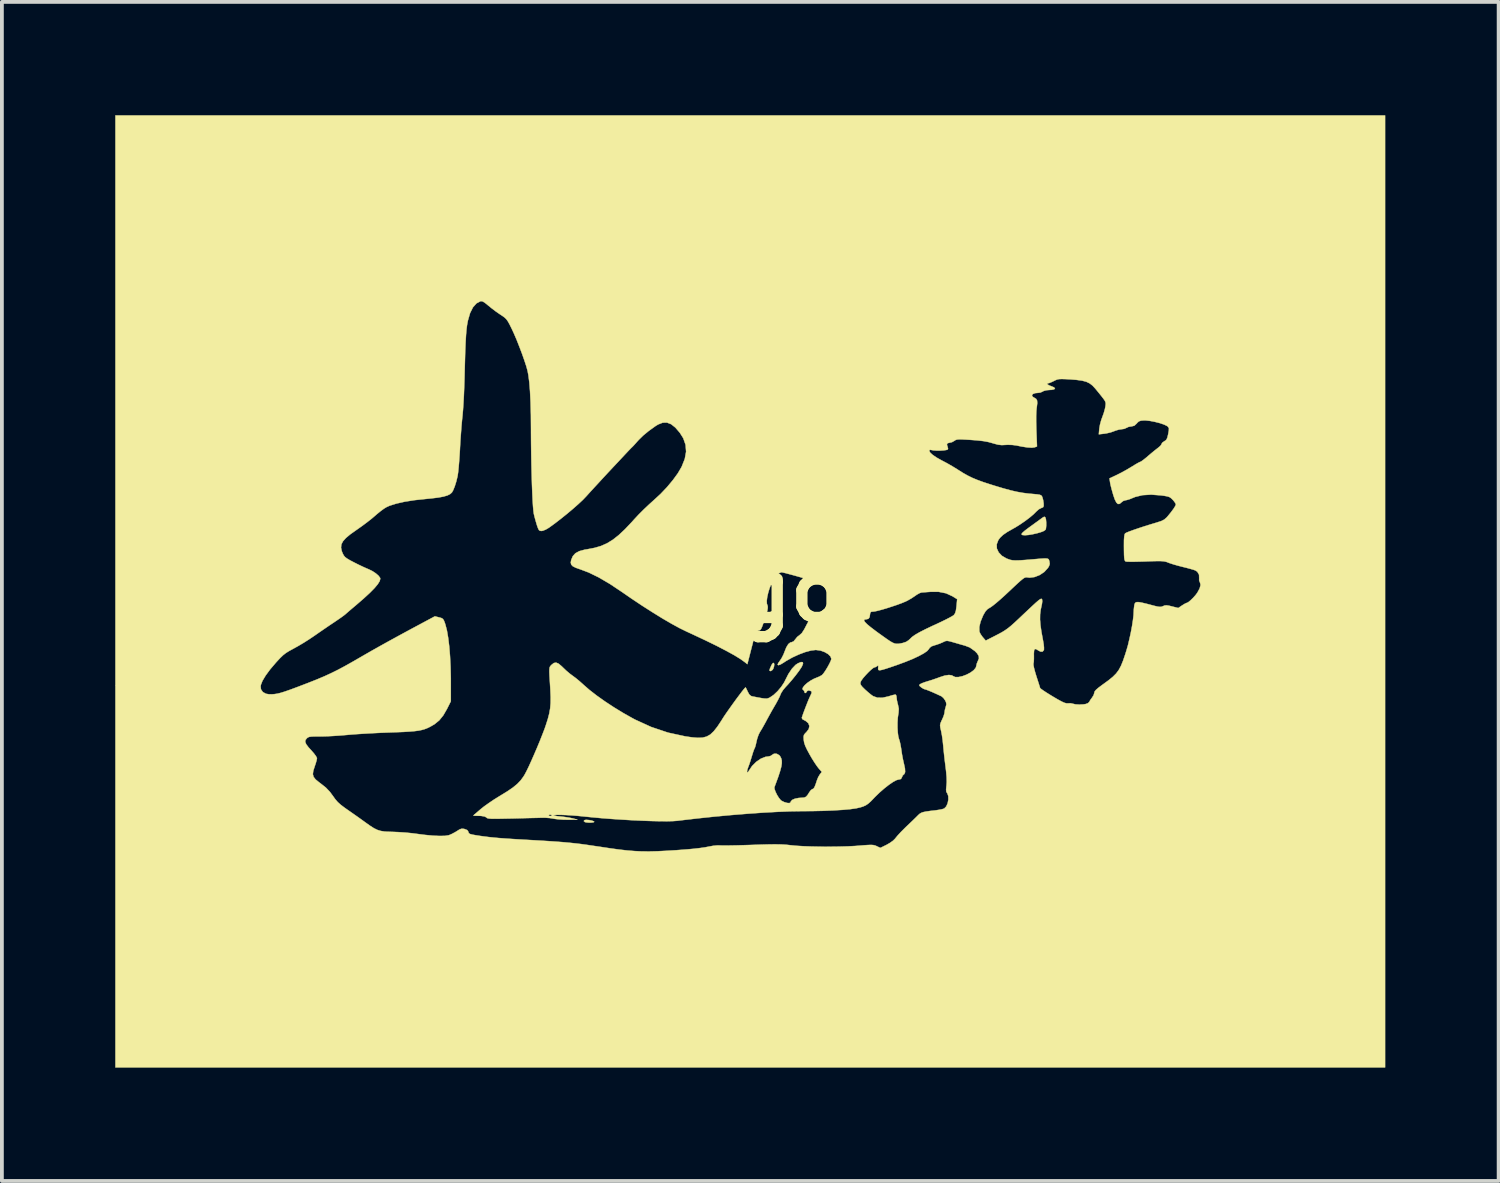
<source format=kicad_pcb>
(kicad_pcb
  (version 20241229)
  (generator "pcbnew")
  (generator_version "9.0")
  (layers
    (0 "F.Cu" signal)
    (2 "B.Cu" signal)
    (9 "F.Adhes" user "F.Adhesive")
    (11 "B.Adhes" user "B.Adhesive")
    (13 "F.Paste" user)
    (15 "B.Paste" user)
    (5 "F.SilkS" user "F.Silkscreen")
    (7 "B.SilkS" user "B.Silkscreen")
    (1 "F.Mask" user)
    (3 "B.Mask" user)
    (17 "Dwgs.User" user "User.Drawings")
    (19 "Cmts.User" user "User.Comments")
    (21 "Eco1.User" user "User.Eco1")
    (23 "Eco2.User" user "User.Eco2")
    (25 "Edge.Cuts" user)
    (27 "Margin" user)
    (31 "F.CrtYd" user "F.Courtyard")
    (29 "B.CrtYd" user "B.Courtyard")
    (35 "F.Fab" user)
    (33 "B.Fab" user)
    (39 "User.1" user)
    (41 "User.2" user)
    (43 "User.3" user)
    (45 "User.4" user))
  (footprint "logo"
    (layer "F.Cu")
    (at 16.794 12.603)
    (property "Reference" "logo" (at 0 0 0) (layer "F.SilkS") (effects (font (size 1.524 1.524) (thickness 0.3))))
    (attr through_hole)
    (fp_poly (pts (xy -4.254 6.051) (xy -4.181 6.065) (xy -4.129 6.084) (xy -4.115 6.099) (xy -4.137 6.111) (xy -4.192 6.118) (xy -4.261 6.119) (xy -4.326 6.113) (xy -4.362 6.105) (xy -4.393 6.079) (xy -4.38 6.055) (xy -4.334 6.045) (xy -4.254 6.051)) (stroke (width 0.01) (type solid)) (fill yes) (layer "F.SilkS"))
    (fp_poly (pts (xy 0.648 1.926) (xy 0.642 1.984) (xy 0.622 2.045) (xy 0.603 2.076) (xy 0.561 2.105) (xy 0.544 2.108) (xy 0.522 2.097) (xy 0.529 2.056) (xy 0.534 2.043) (xy 0.577 1.945) (xy 0.612 1.896) (xy 0.636 1.893) (xy 0.648 1.926)) (stroke (width 0.01) (type solid)) (fill yes) (layer "F.SilkS"))
    (fp_poly (pts (xy 7.817 -1.965) (xy 7.825 -1.954) (xy 7.839 -1.905) (xy 7.846 -1.827) (xy 7.846 -1.741) (xy 7.839 -1.667) (xy 7.828 -1.633) (xy 7.787 -1.602) (xy 7.708 -1.57) (xy 7.606 -1.54) (xy 7.492 -1.514) (xy 7.382 -1.495) (xy 7.287 -1.487) (xy 7.221 -1.492) (xy 7.217 -1.493) (xy 7.195 -1.506) (xy 7.196 -1.526) (xy 7.223 -1.559) (xy 7.281 -1.609) (xy 7.375 -1.68) (xy 7.445 -1.731) (xy 7.548 -1.806) (xy 7.641 -1.873) (xy 7.712 -1.925) (xy 7.752 -1.954) (xy 7.752 -1.954) (xy 7.793 -1.977) (xy 7.817 -1.965)) (stroke (width 0.01) (type solid)) (fill yes) (layer "F.SilkS"))
    (fp_poly (pts (xy 16.815 12.598) (xy -16.789 12.598) (xy -16.789 2.499) (xy -12.946 2.499) (xy -12.938 2.59) (xy -12.888 2.663) (xy -12.805 2.709) (xy -12.733 2.721) (xy -12.654 2.723) (xy -12.58 2.718) (xy -12.502 2.706) (xy -12.413 2.684) (xy -12.304 2.65) (xy -12.166 2.602) (xy -11.991 2.537) (xy -11.951 2.522) (xy -11.685 2.42) (xy -11.457 2.33) (xy -11.256 2.245) (xy -11.074 2.161) (xy -10.898 2.074) (xy -10.72 1.979) (xy -10.528 1.871) (xy -10.477 1.842) (xy -10.23 1.699) (xy -10.009 1.572) (xy -9.803 1.456) (xy -9.6 1.343) (xy -9.387 1.226) (xy -9.152 1.098) (xy -8.911 0.968) (xy -8.334 0.659) (xy -8.222 0.687) (xy -8.162 0.704) (xy -8.123 0.727) (xy -8.096 0.767) (xy -8.069 0.837) (xy -8.054 0.885) (xy -8.015 1.035) (xy -7.982 1.229) (xy -7.954 1.458) (xy -7.933 1.717) (xy -7.919 1.997) (xy -7.912 2.291) (xy -7.912 2.362) (xy -7.912 2.908) (xy -8.014 3.111) (xy -8.112 3.281) (xy -8.218 3.412) (xy -8.344 3.515) (xy -8.458 3.581) (xy -8.53 3.616) (xy -8.601 3.644) (xy -8.677 3.666) (xy -8.765 3.684) (xy -8.872 3.698) (xy -9.004 3.709) (xy -9.168 3.719) (xy -9.372 3.727) (xy -9.563 3.734) (xy -9.774 3.742) (xy -9.994 3.753) (xy -10.212 3.765) (xy -10.412 3.778) (xy -10.583 3.791) (xy -10.668 3.799) (xy -10.838 3.813) (xy -11.018 3.825) (xy -11.189 3.834) (xy -11.335 3.838) (xy -11.378 3.838) (xy -11.506 3.838) (xy -11.593 3.841) (xy -11.651 3.848) (xy -11.69 3.862) (xy -11.72 3.884) (xy -11.724 3.888) (xy -11.759 3.934) (xy -11.766 3.983) (xy -11.74 4.045) (xy -11.68 4.125) (xy -11.604 4.208) (xy -11.536 4.286) (xy -11.484 4.356) (xy -11.457 4.406) (xy -11.455 4.416) (xy -11.464 4.466) (xy -11.486 4.545) (xy -11.516 4.634) (xy -11.553 4.749) (xy -11.564 4.837) (xy -11.545 4.908) (xy -11.492 4.976) (xy -11.401 5.051) (xy -11.354 5.086) (xy -11.22 5.192) (xy -11.112 5.306) (xy -11.035 5.41) (xy -10.97 5.501) (xy -10.906 5.575) (xy -10.83 5.644) (xy -10.73 5.72) (xy -10.648 5.778) (xy -10.522 5.866) (xy -10.386 5.961) (xy -10.26 6.051) (xy -10.187 6.104) (xy -10.054 6.199) (xy -9.948 6.267) (xy -9.856 6.312) (xy -9.764 6.34) (xy -9.659 6.356) (xy -9.527 6.362) (xy -9.449 6.364) (xy -9.288 6.371) (xy -9.108 6.383) (xy -8.937 6.4) (xy -8.839 6.413) (xy -8.599 6.444) (xy -8.387 6.464) (xy -8.207 6.472) (xy -8.065 6.469) (xy -7.967 6.453) (xy -7.96 6.451) (xy -7.879 6.416) (xy -7.787 6.366) (xy -7.75 6.343) (xy -7.678 6.298) (xy -7.625 6.28) (xy -7.569 6.284) (xy -7.547 6.289) (xy -7.477 6.317) (xy -7.448 6.36) (xy -7.447 6.367) (xy -7.436 6.398) (xy -7.404 6.42) (xy -7.342 6.437) (xy -7.269 6.45) (xy -7.144 6.47) (xy -7.026 6.486) (xy -6.908 6.501) (xy -6.782 6.514) (xy -6.642 6.527) (xy -6.479 6.539) (xy -6.287 6.552) (xy -6.057 6.566) (xy -5.845 6.578) (xy -5.562 6.594) (xy -5.322 6.609) (xy -5.115 6.623) (xy -4.935 6.637) (xy -4.772 6.652) (xy -4.619 6.668) (xy -4.467 6.686) (xy -4.308 6.708) (xy -4.133 6.734) (xy -3.975 6.757) (xy -3.697 6.799) (xy -3.457 6.832) (xy -3.244 6.856) (xy -3.048 6.872) (xy -2.856 6.881) (xy -2.66 6.882) (xy -2.447 6.877) (xy -2.207 6.865) (xy -1.93 6.848) (xy -1.88 6.844) (xy -1.679 6.829) (xy -1.49 6.812) (xy -1.324 6.793) (xy -1.19 6.774) (xy -1.105 6.758) (xy -0.972 6.733) (xy -0.854 6.721) (xy -0.787 6.723) (xy -0.733 6.725) (xy -0.635 6.726) (xy -0.502 6.724) (xy -0.341 6.721) (xy -0.16 6.716) (xy 0.034 6.71) (xy 0.064 6.709) (xy 0.298 6.701) (xy 0.489 6.696) (xy 0.645 6.694) (xy 0.773 6.695) (xy 0.882 6.699) (xy 0.979 6.706) (xy 1.067 6.716) (xy 1.217 6.731) (xy 1.407 6.743) (xy 1.627 6.751) (xy 1.864 6.756) (xy 2.109 6.757) (xy 2.351 6.754) (xy 2.578 6.748) (xy 2.78 6.738) (xy 2.883 6.73) (xy 3.031 6.718) (xy 3.139 6.711) (xy 3.215 6.709) (xy 3.27 6.713) (xy 3.313 6.723) (xy 3.353 6.739) (xy 3.36 6.743) (xy 3.456 6.788) (xy 3.619 6.708) (xy 3.711 6.655) (xy 3.792 6.597) (xy 3.841 6.549) (xy 3.909 6.466) (xy 4.002 6.365) (xy 4.125 6.242) (xy 4.229 6.143) (xy 4.312 6.064) (xy 4.391 5.987) (xy 4.449 5.929) (xy 4.455 5.923) (xy 4.493 5.888) (xy 4.534 5.862) (xy 4.588 5.842) (xy 4.665 5.826) (xy 4.775 5.81) (xy 4.902 5.796) (xy 5.003 5.781) (xy 5.09 5.764) (xy 5.145 5.747) (xy 5.147 5.745) (xy 5.199 5.692) (xy 5.237 5.608) (xy 5.256 5.51) (xy 5.254 5.416) (xy 5.228 5.344) (xy 5.221 5.336) (xy 5.201 5.299) (xy 5.196 5.243) (xy 5.204 5.154) (xy 5.206 5.143) (xy 5.213 5.043) (xy 5.21 4.918) (xy 5.196 4.757) (xy 5.181 4.636) (xy 5.162 4.483) (xy 5.144 4.326) (xy 5.129 4.182) (xy 5.119 4.07) (xy 5.118 4.064) (xy 5.105 3.938) (xy 5.086 3.806) (xy 5.065 3.697) (xy 5.063 3.688) (xy 5.043 3.6) (xy 5.037 3.54) (xy 5.048 3.488) (xy 5.076 3.422) (xy 5.09 3.394) (xy 5.127 3.31) (xy 5.15 3.235) (xy 5.156 3.2) (xy 5.165 3.134) (xy 5.186 3.058) (xy 5.187 3.055) (xy 5.204 2.989) (xy 5.194 2.932) (xy 5.172 2.885) (xy 5.127 2.821) (xy 5.077 2.777) (xy 5.071 2.774) (xy 4.946 2.716) (xy 4.83 2.664) (xy 4.733 2.624) (xy 4.665 2.598) (xy 4.636 2.591) (xy 4.596 2.576) (xy 4.54 2.54) (xy 4.536 2.537) (xy 4.492 2.499) (xy 4.486 2.476) (xy 4.512 2.452) (xy 4.513 2.452) (xy 4.562 2.428) (xy 4.641 2.399) (xy 4.712 2.377) (xy 4.823 2.343) (xy 4.948 2.3) (xy 5.023 2.272) (xy 5.158 2.228) (xy 5.27 2.211) (xy 5.35 2.222) (xy 5.379 2.24) (xy 5.439 2.267) (xy 5.527 2.266) (xy 5.631 2.243) (xy 5.74 2.202) (xy 5.842 2.148) (xy 5.926 2.086) (xy 5.98 2.022) (xy 5.995 1.973) (xy 6.009 1.909) (xy 6.032 1.854) (xy 6.065 1.776) (xy 6.06 1.708) (xy 6.015 1.637) (xy 5.958 1.579) (xy 5.825 1.484) (xy 5.698 1.435) (xy 5.59 1.405) (xy 5.466 1.369) (xy 5.38 1.344) (xy 5.29 1.319) (xy 5.231 1.308) (xy 5.188 1.311) (xy 5.143 1.329) (xy 5.113 1.344) (xy 5.025 1.382) (xy 4.925 1.416) (xy 4.896 1.424) (xy 4.808 1.454) (xy 4.758 1.496) (xy 4.743 1.521) (xy 4.697 1.575) (xy 4.605 1.639) (xy 4.474 1.71) (xy 4.308 1.788) (xy 4.11 1.868) (xy 3.887 1.95) (xy 3.886 1.95) (xy 3.72 2.007) (xy 3.596 2.048) (xy 3.507 2.074) (xy 3.449 2.086) (xy 3.416 2.084) (xy 3.4 2.07) (xy 3.397 2.044) (xy 3.399 2.019) (xy 3.402 1.97) (xy 3.389 1.963) (xy 3.375 1.975) (xy 3.328 2.003) (xy 3.307 2.007) (xy 3.269 2.025) (xy 3.209 2.073) (xy 3.138 2.141) (xy 3.065 2.218) (xy 2.999 2.294) (xy 2.952 2.359) (xy 2.932 2.399) (xy 2.927 2.439) (xy 2.941 2.478) (xy 2.98 2.527) (xy 3.051 2.597) (xy 3.131 2.668) (xy 3.207 2.731) (xy 3.264 2.772) (xy 3.374 2.811) (xy 3.511 2.814) (xy 3.669 2.779) (xy 3.7 2.769) (xy 3.78 2.745) (xy 3.84 2.732) (xy 3.864 2.733) (xy 3.881 2.766) (xy 3.886 2.815) (xy 3.894 2.881) (xy 3.913 2.967) (xy 3.922 2.999) (xy 3.944 3.106) (xy 3.937 3.213) (xy 3.932 3.241) (xy 3.917 3.346) (xy 3.91 3.473) (xy 3.91 3.606) (xy 3.917 3.732) (xy 3.93 3.835) (xy 3.947 3.899) (xy 3.967 3.96) (xy 3.988 4.053) (xy 4.007 4.162) (xy 4.011 4.191) (xy 4.029 4.313) (xy 4.052 4.436) (xy 4.074 4.536) (xy 4.077 4.547) (xy 4.107 4.684) (xy 4.112 4.78) (xy 4.092 4.833) (xy 4.079 4.841) (xy 4.046 4.875) (xy 4.028 4.917) (xy 4.002 4.964) (xy 3.948 4.978) (xy 3.94 4.978) (xy 3.878 4.996) (xy 3.789 5.045) (xy 3.681 5.119) (xy 3.561 5.213) (xy 3.437 5.321) (xy 3.317 5.437) (xy 3.287 5.469) (xy 3.2 5.559) (xy 3.132 5.619) (xy 3.071 5.66) (xy 3.002 5.691) (xy 2.931 5.714) (xy 2.819 5.74) (xy 2.66 5.763) (xy 2.459 5.781) (xy 2.218 5.796) (xy 1.943 5.807) (xy 1.637 5.814) (xy 1.398 5.815) (xy 1.089 5.82) (xy 0.737 5.834) (xy 0.351 5.855) (xy -0.061 5.884) (xy -0.492 5.919) (xy -0.934 5.96) (xy -1.378 6.007) (xy -1.818 6.058) (xy -1.921 6.071) (xy -2.032 6.079) (xy -2.186 6.083) (xy -2.377 6.082) (xy -2.598 6.077) (xy -2.843 6.068) (xy -3.105 6.056) (xy -3.377 6.04) (xy -3.651 6.022) (xy -3.922 6.001) (xy -4.183 5.977) (xy -4.394 5.956) (xy -4.553 5.94) (xy -4.711 5.928) (xy -4.86 5.919) (xy -4.992 5.914) (xy -5.098 5.913) (xy -5.169 5.917) (xy -5.197 5.925) (xy -5.18 5.933) (xy -5.124 5.944) (xy -5.039 5.954) (xy -5.012 5.956) (xy -4.895 5.97) (xy -4.778 5.988) (xy -4.687 6.007) (xy -4.686 6.007) (xy -4.559 6.041) (xy -4.803 6.043) (xy -4.929 6.041) (xy -5.054 6.033) (xy -5.156 6.021) (xy -5.184 6.016) (xy -5.296 5.998) (xy -5.417 5.989) (xy -5.461 5.989) (xy -5.525 5.99) (xy -5.63 5.993) (xy -5.77 5.996) (xy -5.934 6) (xy -6.115 6.005) (xy -6.269 6.009) (xy -6.473 6.013) (xy -6.632 6.016) (xy -6.752 6.017) (xy -6.838 6.016) (xy -6.898 6.011) (xy -6.935 6.005) (xy -6.958 5.995) (xy -6.967 5.985) (xy -7.014 5.958) (xy -7.106 5.942) (xy -7.157 5.938) (xy -7.316 5.931) (xy -7.303 5.919) (xy -5.322 5.919) (xy -5.314 5.938) (xy -5.285 5.944) (xy -5.243 5.94) (xy -5.232 5.934) (xy -5.252 5.914) (xy -5.292 5.908) (xy -5.322 5.919) (xy -5.322 5.919) (xy -7.303 5.919) (xy -7.126 5.766) (xy -7.032 5.691) (xy -6.907 5.602) (xy -6.768 5.508) (xy -6.628 5.421) (xy -6.598 5.403) (xy -6.414 5.29) (xy -6.268 5.19) (xy -6.154 5.096) (xy -6.063 5.001) (xy -5.988 4.898) (xy -5.959 4.851) (xy -5.912 4.763) (xy -5.851 4.638) (xy -5.781 4.484) (xy -5.705 4.311) (xy -5.627 4.13) (xy -5.553 3.951) (xy -5.486 3.781) (xy -5.429 3.633) (xy -5.399 3.546) (xy -5.345 3.377) (xy -5.307 3.231) (xy -5.283 3.095) (xy -5.271 2.954) (xy -5.27 2.795) (xy -5.278 2.604) (xy -5.282 2.532) (xy -5.293 2.357) (xy -5.301 2.226) (xy -5.305 2.131) (xy -5.304 2.065) (xy -5.299 2.021) (xy -5.288 1.991) (xy -5.272 1.969) (xy -5.25 1.946) (xy -5.246 1.942) (xy -5.186 1.895) (xy -5.126 1.884) (xy -5.06 1.912) (xy -4.979 1.98) (xy -4.944 2.014) (xy -4.857 2.097) (xy -4.76 2.179) (xy -4.686 2.234) (xy -4.606 2.293) (xy -4.509 2.373) (xy -4.412 2.459) (xy -4.394 2.476) (xy -4.24 2.61) (xy -4.049 2.758) (xy -3.83 2.913) (xy -3.593 3.069) (xy -3.347 3.219) (xy -3.102 3.357) (xy -3.035 3.393) (xy -2.608 3.588) (xy -2.164 3.737) (xy -1.708 3.836) (xy -1.53 3.862) (xy -1.376 3.875) (xy -1.25 3.87) (xy -1.142 3.842) (xy -1.045 3.788) (xy -0.953 3.701) (xy -0.856 3.578) (xy -0.748 3.415) (xy -0.725 3.377) (xy -0.675 3.299) (xy -0.608 3.201) (xy -0.529 3.089) (xy -0.445 2.971) (xy -0.36 2.854) (xy -0.279 2.746) (xy -0.209 2.653) (xy -0.154 2.584) (xy -0.12 2.546) (xy -0.112 2.54) (xy -0.098 2.561) (xy -0.072 2.614) (xy -0.055 2.652) (xy -0.013 2.728) (xy 0.033 2.767) (xy 0.067 2.778) (xy 0.213 2.806) (xy 0.317 2.825) (xy 0.39 2.835) (xy 0.442 2.836) (xy 0.48 2.83) (xy 0.514 2.816) (xy 0.534 2.806) (xy 0.632 2.739) (xy 0.736 2.641) (xy 0.833 2.526) (xy 0.91 2.409) (xy 0.933 2.363) (xy 1.022 2.187) (xy 1.117 2.045) (xy 1.213 1.944) (xy 1.275 1.903) (xy 1.356 1.87) (xy 1.402 1.873) (xy 1.41 1.911) (xy 1.381 1.982) (xy 1.369 2.004) (xy 1.304 2.102) (xy 1.214 2.221) (xy 1.113 2.346) (xy 1.011 2.463) (xy 0.95 2.528) (xy 0.885 2.604) (xy 0.833 2.684) (xy 0.814 2.726) (xy 0.788 2.789) (xy 0.742 2.88) (xy 0.686 2.983) (xy 0.659 3.028) (xy 0.588 3.151) (xy 0.513 3.286) (xy 0.446 3.409) (xy 0.434 3.433) (xy 0.378 3.535) (xy 0.323 3.632) (xy 0.279 3.705) (xy 0.271 3.716) (xy 0.233 3.791) (xy 0.198 3.891) (xy 0.179 3.967) (xy 0.16 4.054) (xy 0.141 4.122) (xy 0.127 4.153) (xy 0.111 4.188) (xy 0.086 4.259) (xy 0.058 4.35) (xy 0.052 4.369) (xy 0.02 4.475) (xy -0.013 4.576) (xy -0.041 4.649) (xy -0.042 4.652) (xy -0.065 4.719) (xy -0.072 4.768) (xy -0.064 4.791) (xy -0.044 4.779) (xy -0.026 4.75) (xy 0.061 4.621) (xy 0.171 4.511) (xy 0.293 4.427) (xy 0.417 4.378) (xy 0.491 4.369) (xy 0.552 4.354) (xy 0.584 4.331) (xy 0.643 4.295) (xy 0.714 4.297) (xy 0.78 4.335) (xy 0.803 4.362) (xy 0.831 4.415) (xy 0.847 4.475) (xy 0.848 4.547) (xy 0.834 4.639) (xy 0.803 4.755) (xy 0.755 4.903) (xy 0.687 5.089) (xy 0.652 5.182) (xy 0.655 5.229) (xy 0.681 5.302) (xy 0.722 5.386) (xy 0.771 5.465) (xy 0.82 5.524) (xy 0.838 5.539) (xy 0.91 5.575) (xy 0.987 5.598) (xy 1.047 5.603) (xy 1.076 5.586) (xy 1.085 5.563) (xy 1.12 5.52) (xy 1.195 5.486) (xy 1.297 5.466) (xy 1.377 5.461) (xy 1.441 5.456) (xy 1.488 5.435) (xy 1.531 5.387) (xy 1.576 5.315) (xy 1.616 5.261) (xy 1.654 5.233) (xy 1.66 5.232) (xy 1.686 5.22) (xy 1.713 5.18) (xy 1.744 5.103) (xy 1.778 4.999) (xy 1.811 4.917) (xy 1.853 4.846) (xy 1.857 4.841) (xy 1.907 4.777) (xy 1.822 4.681) (xy 1.775 4.619) (xy 1.712 4.526) (xy 1.643 4.416) (xy 1.588 4.321) (xy 1.516 4.188) (xy 1.468 4.086) (xy 1.44 4.002) (xy 1.428 3.927) (xy 1.424 3.847) (xy 1.435 3.796) (xy 1.468 3.753) (xy 1.496 3.727) (xy 1.56 3.645) (xy 1.578 3.562) (xy 1.549 3.486) (xy 1.476 3.425) (xy 1.454 3.415) (xy 1.395 3.383) (xy 1.377 3.348) (xy 1.38 3.334) (xy 1.414 3.233) (xy 1.459 3.113) (xy 1.507 2.989) (xy 1.552 2.876) (xy 1.59 2.79) (xy 1.602 2.766) (xy 1.633 2.698) (xy 1.638 2.659) (xy 1.622 2.639) (xy 1.56 2.618) (xy 1.517 2.638) (xy 1.508 2.654) (xy 1.482 2.688) (xy 1.456 2.685) (xy 1.448 2.656) (xy 1.429 2.617) (xy 1.416 2.61) (xy 1.394 2.584) (xy 1.409 2.54) (xy 1.453 2.484) (xy 1.521 2.423) (xy 1.605 2.364) (xy 1.697 2.313) (xy 1.769 2.283) (xy 1.845 2.252) (xy 1.906 2.217) (xy 1.914 2.211) (xy 1.954 2.166) (xy 2.005 2.092) (xy 2.059 2.003) (xy 2.108 1.913) (xy 2.144 1.837) (xy 2.159 1.787) (xy 2.159 1.784) (xy 2.136 1.72) (xy 2.073 1.658) (xy 1.982 1.605) (xy 1.874 1.566) (xy 1.76 1.55) (xy 1.745 1.549) (xy 1.621 1.564) (xy 1.468 1.605) (xy 1.3 1.668) (xy 1.128 1.747) (xy 0.965 1.839) (xy 0.895 1.885) (xy 0.811 1.935) (xy 0.757 1.953) (xy 0.737 1.94) (xy 0.753 1.897) (xy 0.788 1.849) (xy 0.842 1.768) (xy 0.893 1.668) (xy 0.913 1.616) (xy 0.967 1.481) (xy 1.02 1.394) (xy 1.074 1.351) (xy 1.102 1.346) (xy 1.159 1.323) (xy 1.203 1.27) (xy 1.255 1.205) (xy 1.317 1.157) (xy 1.378 1.103) (xy 1.443 1.002) (xy 1.471 0.948) (xy 1.522 0.849) (xy 1.569 0.767) (xy 3.024 0.767) (xy 3.046 0.807) (xy 3.105 0.868) (xy 3.204 0.95) (xy 3.345 1.057) (xy 3.386 1.087) (xy 3.531 1.191) (xy 3.641 1.269) (xy 3.725 1.325) (xy 3.789 1.36) (xy 3.84 1.38) (xy 3.884 1.387) (xy 3.93 1.386) (xy 3.962 1.382) (xy 4.049 1.365) (xy 4.125 1.34) (xy 4.142 1.333) (xy 4.203 1.293) (xy 4.242 1.257) (xy 4.296 1.205) (xy 4.378 1.147) (xy 4.494 1.08) (xy 4.647 1.002) (xy 4.842 0.909) (xy 4.918 0.875) (xy 5.058 0.809) (xy 5.185 0.747) (xy 5.29 0.693) (xy 5.366 0.65) (xy 5.401 0.626) (xy 5.434 0.578) (xy 5.456 0.507) (xy 5.471 0.399) (xy 5.472 0.388) (xy 5.489 0.205) (xy 5.367 0.129) (xy 5.194 0.049) (xy 4.996 0.01) (xy 4.793 0.01) (xy 4.693 0.017) (xy 4.606 0.024) (xy 4.55 0.027) (xy 4.55 0.027) (xy 4.497 0.044) (xy 4.424 0.084) (xy 4.373 0.12) (xy 4.277 0.184) (xy 4.168 0.246) (xy 4.121 0.268) (xy 4.02 0.31) (xy 3.895 0.356) (xy 3.757 0.402) (xy 3.618 0.447) (xy 3.488 0.485) (xy 3.377 0.514) (xy 3.298 0.531) (xy 3.271 0.533) (xy 3.213 0.539) (xy 3.189 0.565) (xy 3.184 0.597) (xy 3.171 0.681) (xy 3.139 0.725) (xy 3.087 0.737) (xy 3.038 0.744) (xy 3.024 0.767) (xy 1.569 0.767) (xy 1.575 0.756) (xy 1.619 0.69) (xy 1.619 0.69) (xy 1.661 0.638) (xy 1.689 0.623) (xy 1.716 0.638) (xy 1.722 0.644) (xy 1.747 0.662) (xy 1.774 0.657) (xy 1.814 0.622) (xy 1.861 0.57) (xy 1.95 0.486) (xy 2.041 0.438) (xy 2.071 0.429) (xy 2.177 0.388) (xy 2.242 0.325) (xy 2.275 0.233) (xy 2.276 0.225) (xy 2.277 0.116) (xy 2.24 0.021) (xy 2.162 -0.064) (xy 2.04 -0.141) (xy 1.872 -0.213) (xy 1.803 -0.237) (xy 1.71 -0.267) (xy 1.591 -0.304) (xy 1.456 -0.343) (xy 1.314 -0.384) (xy 1.176 -0.423) (xy 1.049 -0.457) (xy 0.944 -0.485) (xy 0.87 -0.502) (xy 0.837 -0.508) (xy 0.785 -0.488) (xy 0.736 -0.44) (xy 0.712 -0.387) (xy 0.711 -0.381) (xy 0.69 -0.338) (xy 0.657 -0.314) (xy 0.613 -0.272) (xy 0.568 -0.192) (xy 0.525 -0.088) (xy 0.489 0.029) (xy 0.462 0.146) (xy 0.449 0.25) (xy 0.453 0.328) (xy 0.461 0.349) (xy 0.475 0.389) (xy 0.476 0.442) (xy 0.463 0.516) (xy 0.435 0.617) (xy 0.391 0.754) (xy 0.365 0.829) (xy 0.328 0.929) (xy 0.3 0.991) (xy 0.276 1.022) (xy 0.248 1.032) (xy 0.229 1.032) (xy 0.206 1.033) (xy 0.187 1.042) (xy 0.169 1.067) (xy 0.15 1.113) (xy 0.127 1.188) (xy 0.097 1.298) (xy 0.058 1.45) (xy 0.051 1.477) (xy -0.064 1.926) (xy -0.127 1.875) (xy -0.245 1.79) (xy -0.409 1.689) (xy -0.62 1.573) (xy -0.876 1.44) (xy -1.177 1.293) (xy -1.522 1.131) (xy -1.676 1.06) (xy -1.858 0.971) (xy -2.072 0.854) (xy -2.314 0.713) (xy -2.576 0.551) (xy -2.853 0.374) (xy -3.138 0.184) (xy -3.378 0.018) (xy -3.7 -0.197) (xy -3.995 -0.37) (xy -4.263 -0.501) (xy -4.483 -0.584) (xy -4.606 -0.627) (xy -4.685 -0.667) (xy -4.726 -0.711) (xy -4.738 -0.765) (xy -4.727 -0.83) (xy -4.684 -0.932) (xy -4.616 -1.009) (xy -4.514 -1.065) (xy -4.372 -1.104) (xy -4.289 -1.118) (xy -4.103 -1.154) (xy -3.934 -1.204) (xy -3.777 -1.274) (xy -3.624 -1.368) (xy -3.469 -1.49) (xy -3.303 -1.646) (xy -3.12 -1.839) (xy -3.062 -1.904) (xy -2.944 -2.031) (xy -2.804 -2.171) (xy -2.66 -2.307) (xy -2.541 -2.414) (xy -2.362 -2.579) (xy -2.191 -2.759) (xy -2.035 -2.946) (xy -1.904 -3.126) (xy -1.807 -3.291) (xy -1.803 -3.299) (xy -1.72 -3.506) (xy -1.685 -3.699) (xy -1.687 -3.724) (xy 4.75 -3.724) (xy 4.773 -3.676) (xy 4.839 -3.615) (xy 4.943 -3.544) (xy 5.08 -3.467) (xy 5.107 -3.453) (xy 5.222 -3.392) (xy 5.355 -3.316) (xy 5.483 -3.238) (xy 5.523 -3.212) (xy 5.649 -3.133) (xy 5.768 -3.066) (xy 5.89 -3.006) (xy 6.025 -2.95) (xy 6.184 -2.892) (xy 6.378 -2.829) (xy 6.484 -2.796) (xy 6.71 -2.728) (xy 6.9 -2.676) (xy 7.068 -2.637) (xy 7.224 -2.609) (xy 7.38 -2.589) (xy 7.497 -2.579) (xy 7.604 -2.569) (xy 7.671 -2.559) (xy 7.71 -2.544) (xy 7.731 -2.521) (xy 7.744 -2.493) (xy 7.764 -2.421) (xy 7.777 -2.336) (xy 7.778 -2.326) (xy 7.779 -2.261) (xy 7.762 -2.227) (xy 7.718 -2.209) (xy 7.716 -2.208) (xy 7.653 -2.176) (xy 7.59 -2.121) (xy 7.581 -2.112) (xy 7.511 -2.042) (xy 7.409 -1.956) (xy 7.287 -1.864) (xy 7.156 -1.774) (xy 7.03 -1.695) (xy 6.969 -1.661) (xy 6.816 -1.574) (xy 6.704 -1.497) (xy 6.624 -1.421) (xy 6.579 -1.36) (xy 6.536 -1.248) (xy 6.539 -1.137) (xy 6.587 -1.034) (xy 6.674 -0.942) (xy 6.798 -0.87) (xy 6.896 -0.835) (xy 6.957 -0.824) (xy 7.04 -0.82) (xy 7.155 -0.823) (xy 7.308 -0.834) (xy 7.379 -0.84) (xy 7.555 -0.855) (xy 7.687 -0.866) (xy 7.781 -0.872) (xy 7.845 -0.872) (xy 7.885 -0.866) (xy 7.908 -0.853) (xy 7.919 -0.833) (xy 7.927 -0.805) (xy 7.93 -0.794) (xy 7.939 -0.728) (xy 7.92 -0.669) (xy 7.892 -0.623) (xy 7.795 -0.516) (xy 7.673 -0.434) (xy 7.538 -0.381) (xy 7.406 -0.364) (xy 7.355 -0.37) (xy 7.325 -0.374) (xy 7.297 -0.371) (xy 7.263 -0.357) (xy 7.22 -0.327) (xy 7.161 -0.278) (xy 7.081 -0.206) (xy 6.974 -0.106) (xy 6.871 -0.009) (xy 6.747 0.107) (xy 6.628 0.214) (xy 6.521 0.306) (xy 6.434 0.376) (xy 6.374 0.419) (xy 6.363 0.425) (xy 6.295 0.467) (xy 6.244 0.52) (xy 6.195 0.6) (xy 6.172 0.644) (xy 6.108 0.8) (xy 6.075 0.94) (xy 6.076 1.054) (xy 6.081 1.072) (xy 6.107 1.128) (xy 6.154 1.196) (xy 6.171 1.216) (xy 6.245 1.302) (xy 6.481 1.182) (xy 6.591 1.125) (xy 6.681 1.076) (xy 6.758 1.028) (xy 6.832 0.976) (xy 6.91 0.913) (xy 7 0.833) (xy 7.112 0.729) (xy 7.229 0.618) (xy 7.376 0.48) (xy 7.49 0.373) (xy 7.576 0.294) (xy 7.638 0.241) (xy 7.681 0.209) (xy 7.709 0.196) (xy 7.725 0.197) (xy 7.735 0.21) (xy 7.737 0.215) (xy 7.741 0.264) (xy 7.732 0.337) (xy 7.726 0.363) (xy 7.699 0.488) (xy 7.684 0.611) (xy 7.682 0.742) (xy 7.694 0.892) (xy 7.719 1.069) (xy 7.759 1.285) (xy 7.762 1.302) (xy 7.779 1.402) (xy 7.787 1.488) (xy 7.786 1.544) (xy 7.785 1.549) (xy 7.751 1.592) (xy 7.695 1.593) (xy 7.634 1.561) (xy 7.578 1.526) (xy 7.542 1.527) (xy 7.524 1.567) (xy 7.519 1.652) (xy 7.52 1.695) (xy 7.52 1.789) (xy 7.516 1.866) (xy 7.508 1.908) (xy 7.508 1.948) (xy 7.523 2.026) (xy 7.551 2.132) (xy 7.583 2.238) (xy 7.62 2.353) (xy 7.652 2.452) (xy 7.674 2.523) (xy 7.684 2.556) (xy 7.708 2.579) (xy 7.768 2.622) (xy 7.856 2.68) (xy 7.964 2.747) (xy 8.018 2.78) (xy 8.152 2.859) (xy 8.252 2.913) (xy 8.323 2.946) (xy 8.376 2.961) (xy 8.416 2.963) (xy 8.42 2.962) (xy 8.493 2.96) (xy 8.547 2.972) (xy 8.62 2.989) (xy 8.721 2.995) (xy 8.83 2.99) (xy 8.889 2.981) (xy 8.95 2.958) (xy 8.985 2.925) (xy 8.985 2.924) (xy 9.011 2.877) (xy 9.054 2.818) (xy 9.059 2.811) (xy 9.1 2.747) (xy 9.118 2.686) (xy 9.119 2.681) (xy 9.129 2.647) (xy 9.165 2.604) (xy 9.231 2.547) (xy 9.334 2.47) (xy 9.358 2.453) (xy 9.499 2.35) (xy 9.609 2.26) (xy 9.696 2.173) (xy 9.766 2.079) (xy 9.825 1.969) (xy 9.88 1.834) (xy 9.938 1.663) (xy 9.968 1.567) (xy 10.009 1.425) (xy 10.048 1.26) (xy 10.086 1.086) (xy 10.118 0.914) (xy 10.142 0.757) (xy 10.157 0.628) (xy 10.16 0.563) (xy 10.165 0.47) (xy 10.176 0.376) (xy 10.176 0.375) (xy 10.187 0.327) (xy 10.207 0.297) (xy 10.244 0.282) (xy 10.303 0.284) (xy 10.393 0.301) (xy 10.522 0.332) (xy 10.597 0.352) (xy 10.719 0.384) (xy 10.803 0.403) (xy 10.859 0.409) (xy 10.9 0.405) (xy 10.935 0.391) (xy 10.938 0.39) (xy 10.982 0.372) (xy 11.03 0.368) (xy 11.097 0.378) (xy 11.174 0.397) (xy 11.341 0.439) (xy 11.44 0.372) (xy 11.504 0.332) (xy 11.554 0.307) (xy 11.567 0.304) (xy 11.606 0.285) (xy 11.665 0.237) (xy 11.733 0.171) (xy 11.799 0.097) (xy 11.847 0.032) (xy 11.907 -0.079) (xy 11.931 -0.17) (xy 11.917 -0.235) (xy 11.912 -0.241) (xy 11.893 -0.293) (xy 11.894 -0.347) (xy 11.891 -0.443) (xy 11.845 -0.521) (xy 11.793 -0.556) (xy 11.743 -0.574) (xy 11.656 -0.599) (xy 11.547 -0.628) (xy 11.465 -0.648) (xy 11.34 -0.68) (xy 11.22 -0.714) (xy 11.121 -0.746) (xy 11.08 -0.761) (xy 11.035 -0.779) (xy 10.99 -0.791) (xy 10.938 -0.799) (xy 10.868 -0.803) (xy 10.773 -0.803) (xy 10.645 -0.8) (xy 10.474 -0.794) (xy 10.469 -0.793) (xy 10.315 -0.789) (xy 10.177 -0.786) (xy 10.065 -0.786) (xy 9.986 -0.788) (xy 9.949 -0.792) (xy 9.948 -0.793) (xy 9.931 -0.809) (xy 9.919 -0.838) (xy 9.911 -0.889) (xy 9.906 -0.968) (xy 9.904 -1.083) (xy 9.903 -1.216) (xy 9.904 -1.359) (xy 9.911 -1.456) (xy 9.923 -1.515) (xy 9.936 -1.537) (xy 9.973 -1.557) (xy 10.05 -1.588) (xy 10.16 -1.628) (xy 10.295 -1.674) (xy 10.447 -1.724) (xy 10.607 -1.774) (xy 10.768 -1.822) (xy 10.786 -1.828) (xy 10.894 -1.863) (xy 10.97 -1.902) (xy 11.03 -1.954) (xy 11.053 -1.979) (xy 11.146 -2.093) (xy 11.218 -2.19) (xy 11.263 -2.263) (xy 11.278 -2.303) (xy 11.261 -2.341) (xy 11.22 -2.397) (xy 11.195 -2.425) (xy 11.151 -2.468) (xy 11.108 -2.497) (xy 11.051 -2.516) (xy 10.967 -2.531) (xy 10.884 -2.542) (xy 10.622 -2.562) (xy 10.394 -2.548) (xy 10.201 -2.501) (xy 10.144 -2.478) (xy 10.059 -2.443) (xy 9.984 -2.42) (xy 9.945 -2.413) (xy 9.886 -2.395) (xy 9.841 -2.361) (xy 9.79 -2.318) (xy 9.744 -2.314) (xy 9.703 -2.352) (xy 9.661 -2.435) (xy 9.622 -2.548) (xy 9.589 -2.663) (xy 9.56 -2.773) (xy 9.54 -2.86) (xy 9.537 -2.882) (xy 9.52 -2.991) (xy 9.719 -3.085) (xy 9.841 -3.147) (xy 9.977 -3.222) (xy 10.101 -3.296) (xy 10.114 -3.304) (xy 10.203 -3.359) (xy 10.278 -3.402) (xy 10.326 -3.426) (xy 10.337 -3.429) (xy 10.366 -3.445) (xy 10.424 -3.487) (xy 10.5 -3.548) (xy 10.547 -3.589) (xy 10.638 -3.666) (xy 10.725 -3.737) (xy 10.794 -3.791) (xy 10.814 -3.806) (xy 10.867 -3.852) (xy 10.895 -3.892) (xy 10.897 -3.9) (xy 10.917 -3.935) (xy 10.967 -3.972) (xy 10.97 -3.974) (xy 11.007 -3.996) (xy 11.033 -4.027) (xy 11.053 -4.075) (xy 11.072 -4.154) (xy 11.091 -4.259) (xy 11.093 -4.322) (xy 11.064 -4.364) (xy 11.044 -4.379) (xy 10.965 -4.417) (xy 10.853 -4.455) (xy 10.723 -4.488) (xy 10.594 -4.513) (xy 10.481 -4.526) (xy 10.44 -4.527) (xy 10.355 -4.52) (xy 10.301 -4.502) (xy 10.258 -4.466) (xy 10.242 -4.445) (xy 10.179 -4.387) (xy 10.106 -4.368) (xy 10.101 -4.368) (xy 10.027 -4.356) (xy 9.971 -4.33) (xy 9.91 -4.303) (xy 9.841 -4.293) (xy 9.768 -4.282) (xy 9.679 -4.256) (xy 9.647 -4.243) (xy 9.554 -4.21) (xy 9.443 -4.184) (xy 9.386 -4.175) (xy 9.238 -4.158) (xy 9.251 -4.308) (xy 9.27 -4.417) (xy 9.303 -4.538) (xy 9.33 -4.612) (xy 9.368 -4.717) (xy 9.399 -4.827) (xy 9.412 -4.893) (xy 9.418 -4.939) (xy 9.42 -4.975) (xy 9.414 -5.009) (xy 9.396 -5.049) (xy 9.361 -5.1) (xy 9.306 -5.171) (xy 9.227 -5.269) (xy 9.144 -5.37) (xy 9.072 -5.448) (xy 8.995 -5.507) (xy 8.906 -5.55) (xy 8.794 -5.579) (xy 8.649 -5.599) (xy 8.474 -5.613) (xy 8.342 -5.62) (xy 8.25 -5.622) (xy 8.184 -5.619) (xy 8.134 -5.608) (xy 8.087 -5.589) (xy 8.052 -5.571) (xy 7.98 -5.537) (xy 7.924 -5.515) (xy 7.906 -5.512) (xy 7.873 -5.503) (xy 7.88 -5.481) (xy 7.92 -5.454) (xy 7.976 -5.433) (xy 8.051 -5.402) (xy 8.078 -5.372) (xy 8.056 -5.349) (xy 7.988 -5.335) (xy 7.944 -5.333) (xy 7.852 -5.325) (xy 7.78 -5.306) (xy 7.761 -5.295) (xy 7.696 -5.265) (xy 7.647 -5.257) (xy 7.553 -5.248) (xy 7.491 -5.224) (xy 7.468 -5.19) (xy 7.487 -5.153) (xy 7.531 -5.126) (xy 7.579 -5.096) (xy 7.604 -5.053) (xy 7.609 -4.985) (xy 7.597 -4.882) (xy 7.594 -4.864) (xy 7.585 -4.776) (xy 7.58 -4.647) (xy 7.58 -4.488) (xy 7.584 -4.31) (xy 7.585 -4.274) (xy 7.602 -3.837) (xy 7.541 -3.814) (xy 7.467 -3.804) (xy 7.35 -3.811) (xy 7.193 -3.835) (xy 7.063 -3.862) (xy 6.95 -3.877) (xy 6.823 -3.881) (xy 6.771 -3.878) (xy 6.668 -3.873) (xy 6.572 -3.884) (xy 6.458 -3.914) (xy 6.426 -3.924) (xy 6.313 -3.955) (xy 6.183 -3.979) (xy 6.024 -3.997) (xy 5.856 -4.01) (xy 5.709 -4.019) (xy 5.604 -4.024) (xy 5.531 -4.024) (xy 5.483 -4.019) (xy 5.449 -4.008) (xy 5.422 -3.991) (xy 5.415 -3.986) (xy 5.351 -3.95) (xy 5.294 -3.937) (xy 5.234 -3.923) (xy 5.217 -3.883) (xy 5.234 -3.833) (xy 5.248 -3.781) (xy 5.24 -3.756) (xy 5.201 -3.743) (xy 5.128 -3.733) (xy 5.036 -3.727) (xy 4.941 -3.727) (xy 4.859 -3.733) (xy 4.82 -3.741) (xy 4.768 -3.749) (xy 4.75 -3.73) (xy 4.75 -3.724) (xy -1.687 -3.724) (xy -1.699 -3.881) (xy -1.76 -4.055) (xy -1.85 -4.198) (xy -1.968 -4.336) (xy -2.081 -4.426) (xy -2.191 -4.469) (xy -2.305 -4.466) (xy -2.426 -4.419) (xy -2.493 -4.378) (xy -2.675 -4.247) (xy -2.82 -4.128) (xy -2.938 -4.012) (xy -2.973 -3.974) (xy -3.034 -3.905) (xy -3.084 -3.85) (xy -3.111 -3.823) (xy -3.14 -3.795) (xy -3.198 -3.735) (xy -3.28 -3.648) (xy -3.381 -3.54) (xy -3.497 -3.416) (xy -3.623 -3.282) (xy -3.753 -3.143) (xy -3.882 -3.004) (xy -4.005 -2.87) (xy -4.118 -2.748) (xy -4.215 -2.642) (xy -4.291 -2.558) (xy -4.331 -2.514) (xy -4.418 -2.423) (xy -4.538 -2.311) (xy -4.681 -2.185) (xy -4.838 -2.053) (xy -5.001 -1.922) (xy -5.159 -1.8) (xy -5.305 -1.694) (xy -5.318 -1.685) (xy -5.398 -1.638) (xy -5.474 -1.607) (xy -5.513 -1.6) (xy -5.553 -1.605) (xy -5.581 -1.625) (xy -5.605 -1.673) (xy -5.635 -1.758) (xy -5.635 -1.759) (xy -5.668 -1.871) (xy -5.7 -1.989) (xy -5.716 -2.057) (xy -5.726 -2.132) (xy -5.737 -2.253) (xy -5.747 -2.413) (xy -5.756 -2.608) (xy -5.765 -2.832) (xy -5.772 -3.08) (xy -5.779 -3.346) (xy -5.784 -3.625) (xy -5.788 -3.912) (xy -5.79 -4.201) (xy -5.79 -4.283) (xy -5.793 -4.67) (xy -5.802 -5.007) (xy -5.816 -5.295) (xy -5.835 -5.535) (xy -5.86 -5.727) (xy -5.88 -5.833) (xy -5.913 -5.955) (xy -5.964 -6.11) (xy -6.026 -6.287) (xy -6.097 -6.474) (xy -6.17 -6.659) (xy -6.243 -6.829) (xy -6.301 -6.954) (xy -6.358 -7.069) (xy -6.402 -7.148) (xy -6.443 -7.205) (xy -6.49 -7.251) (xy -6.553 -7.296) (xy -6.605 -7.33) (xy -6.714 -7.405) (xy -6.829 -7.492) (xy -6.926 -7.571) (xy -7.011 -7.64) (xy -7.071 -7.676) (xy -7.115 -7.683) (xy -7.123 -7.682) (xy -7.234 -7.624) (xy -7.327 -7.519) (xy -7.403 -7.366) (xy -7.461 -7.166) (xy -7.483 -7.048) (xy -7.497 -6.936) (xy -7.51 -6.785) (xy -7.521 -6.593) (xy -7.531 -6.357) (xy -7.539 -6.075) (xy -7.544 -5.893) (xy -7.55 -5.645) (xy -7.558 -5.404) (xy -7.567 -5.18) (xy -7.578 -4.98) (xy -7.589 -4.813) (xy -7.6 -4.686) (xy -7.602 -4.661) (xy -7.616 -4.531) (xy -7.631 -4.364) (xy -7.645 -4.175) (xy -7.659 -3.978) (xy -7.67 -3.787) (xy -7.67 -3.774) (xy -7.681 -3.598) (xy -7.693 -3.429) (xy -7.706 -3.276) (xy -7.719 -3.15) (xy -7.732 -3.062) (xy -7.735 -3.046) (xy -7.768 -2.909) (xy -7.808 -2.782) (xy -7.849 -2.68) (xy -7.884 -2.618) (xy -7.932 -2.576) (xy -8.004 -2.54) (xy -8.108 -2.51) (xy -8.248 -2.484) (xy -8.43 -2.462) (xy -8.579 -2.447) (xy -8.872 -2.416) (xy -9.132 -2.375) (xy -9.353 -2.325) (xy -9.532 -2.269) (xy -9.612 -2.233) (xy -9.68 -2.192) (xy -9.77 -2.126) (xy -9.867 -2.047) (xy -9.914 -2.006) (xy -10.01 -1.924) (xy -10.134 -1.827) (xy -10.27 -1.726) (xy -10.402 -1.633) (xy -10.413 -1.625) (xy -10.573 -1.512) (xy -10.689 -1.415) (xy -10.767 -1.327) (xy -10.809 -1.244) (xy -10.818 -1.16) (xy -10.799 -1.068) (xy -10.772 -1.001) (xy -10.746 -0.952) (xy -10.712 -0.911) (xy -10.66 -0.871) (xy -10.581 -0.824) (xy -10.474 -0.768) (xy -10.355 -0.708) (xy -10.235 -0.651) (xy -10.132 -0.605) (xy -10.084 -0.585) (xy -9.988 -0.538) (xy -9.899 -0.479) (xy -9.828 -0.418) (xy -9.786 -0.362) (xy -9.779 -0.337) (xy -9.795 -0.273) (xy -9.846 -0.191) (xy -9.932 -0.088) (xy -10.055 0.037) (xy -10.217 0.186) (xy -10.419 0.361) (xy -10.439 0.378) (xy -10.533 0.457) (xy -10.616 0.528) (xy -10.678 0.582) (xy -10.706 0.607) (xy -10.748 0.64) (xy -10.82 0.692) (xy -10.914 0.757) (xy -10.998 0.814) (xy -11.118 0.894) (xy -11.26 0.991) (xy -11.407 1.092) (xy -11.526 1.175) (xy -11.661 1.266) (xy -11.811 1.361) (xy -11.958 1.448) (xy -12.07 1.51) (xy -12.186 1.573) (xy -12.275 1.628) (xy -12.351 1.687) (xy -12.428 1.761) (xy -12.521 1.861) (xy -12.541 1.883) (xy -12.695 2.064) (xy -12.814 2.226) (xy -12.897 2.365) (xy -12.941 2.477) (xy -12.946 2.499) (xy -16.789 2.499) (xy -16.789 -12.598) (xy 16.815 -12.598) (xy 16.815 12.598)) (stroke (width 0.01) (type solid)) (fill yes) (layer "F.SilkS")))
  (gr_rect
    (start -3 -3)
    (end 36.614 28.207)
    (stroke (width 0.1) (type default))
    (fill no)
    (layer "Edge.Cuts")))
</source>
